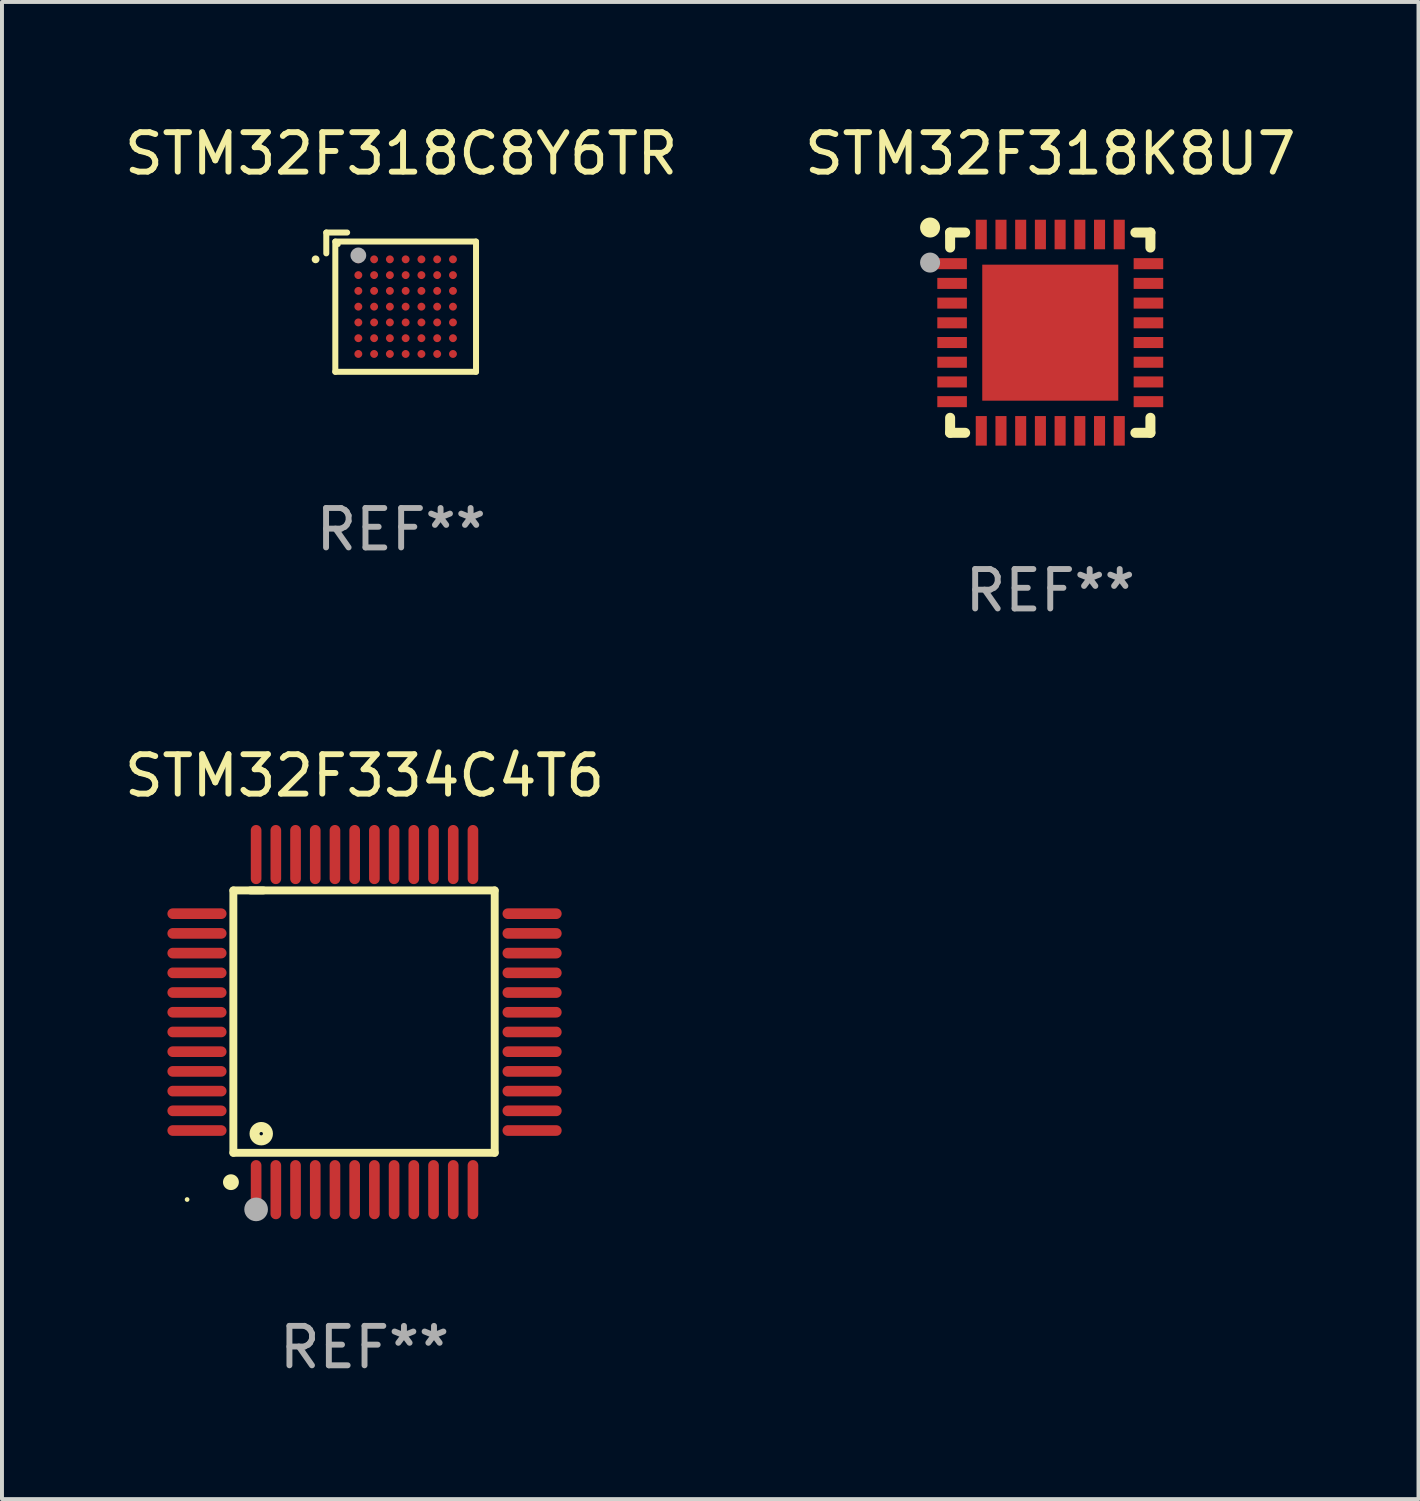
<source format=kicad_pcb>
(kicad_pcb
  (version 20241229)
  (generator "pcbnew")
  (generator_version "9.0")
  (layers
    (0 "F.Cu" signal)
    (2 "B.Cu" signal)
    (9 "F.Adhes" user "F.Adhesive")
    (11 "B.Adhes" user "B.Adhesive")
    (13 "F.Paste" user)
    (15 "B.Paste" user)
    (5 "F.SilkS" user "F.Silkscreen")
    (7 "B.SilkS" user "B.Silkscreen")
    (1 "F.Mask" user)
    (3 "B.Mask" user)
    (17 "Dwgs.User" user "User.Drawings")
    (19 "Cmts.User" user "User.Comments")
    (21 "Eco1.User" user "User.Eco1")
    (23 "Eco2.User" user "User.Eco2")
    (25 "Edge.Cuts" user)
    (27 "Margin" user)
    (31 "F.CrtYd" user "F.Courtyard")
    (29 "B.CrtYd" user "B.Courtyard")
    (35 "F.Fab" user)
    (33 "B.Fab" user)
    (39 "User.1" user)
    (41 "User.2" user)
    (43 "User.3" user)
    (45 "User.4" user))
  (footprint "STM32F318C8Y6TR"
    (layer "F.Cu")
    (at 7.125 4.614)
    (property "Reference" "STM32F318C8Y6TR" (at 0 -3.766 0) (layer "F.SilkS") (effects (font (size 1 1) (thickness 0.15))))
    (attr through_hole)
    (fp_line (start -1.899 -1.766) (end -1.37 -1.766) (stroke (width 0.152) (type solid)) (layer "F.SilkS"))
    (fp_line (start -1.899 -1.237) (end -1.899 -1.766) (stroke (width 0.152) (type solid)) (layer "F.SilkS"))
    (fp_line (start -1.67 -1.537) (end 1.899 -1.537) (stroke (width 0.152) (type solid)) (layer "F.SilkS"))
    (fp_line (start -1.67 1.766) (end -1.67 -1.537) (stroke (width 0.152) (type solid)) (layer "F.SilkS"))
    (fp_line (start 1.899 -1.537) (end 1.899 1.766) (stroke (width 0.152) (type solid)) (layer "F.SilkS"))
    (fp_line (start 1.899 1.766) (end -1.67 1.766) (stroke (width 0.152) (type solid)) (layer "F.SilkS"))
    (fp_circle (center -2.17 -1.086) (end -2.12 -1.086) (stroke (width 0.1) (type solid)) (fill no) (layer "F.SilkS"))
    (fp_circle (center -1.594 -1.461) (end -1.564 -1.461) (stroke (width 0.06) (type solid)) (fill no) (layer "F.SilkS"))
    (fp_circle (center -1.086 -1.186) (end -0.986 -1.186) (stroke (width 0.2) (type solid)) (fill no) (layer "F.Fab"))
    (fp_text user "REF**" (at 0 5.766 0) (layer "F.Fab") (effects (font (size 1 1) (thickness 0.15))))
    (pad "A1" smd circle (at -1.086 -1.086) (size 0.2 0.2) (layers "F.Cu" "F.Mask" "F.Paste"))
    (pad "A2" smd circle (at -0.686 -1.086) (size 0.2 0.2) (layers "F.Cu" "F.Mask" "F.Paste"))
    (pad "A3" smd circle (at -0.286 -1.086) (size 0.2 0.2) (layers "F.Cu" "F.Mask" "F.Paste"))
    (pad "A4" smd circle (at 0.114 -1.086) (size 0.2 0.2) (layers "F.Cu" "F.Mask" "F.Paste"))
    (pad "A5" smd circle (at 0.514 -1.086) (size 0.2 0.2) (layers "F.Cu" "F.Mask" "F.Paste"))
    (pad "A6" smd circle (at 0.914 -1.086) (size 0.2 0.2) (layers "F.Cu" "F.Mask" "F.Paste"))
    (pad "A7" smd circle (at 1.314 -1.086) (size 0.2 0.2) (layers "F.Cu" "F.Mask" "F.Paste"))
    (pad "B1" smd circle (at -1.086 -0.686) (size 0.2 0.2) (layers "F.Cu" "F.Mask" "F.Paste"))
    (pad "B2" smd circle (at -0.686 -0.686) (size 0.2 0.2) (layers "F.Cu" "F.Mask" "F.Paste"))
    (pad "B3" smd circle (at -0.286 -0.686) (size 0.2 0.2) (layers "F.Cu" "F.Mask" "F.Paste"))
    (pad "B4" smd circle (at 0.114 -0.686) (size 0.2 0.2) (layers "F.Cu" "F.Mask" "F.Paste"))
    (pad "B5" smd circle (at 0.514 -0.686) (size 0.2 0.2) (layers "F.Cu" "F.Mask" "F.Paste"))
    (pad "B6" smd circle (at 0.914 -0.686) (size 0.2 0.2) (layers "F.Cu" "F.Mask" "F.Paste"))
    (pad "B7" smd circle (at 1.314 -0.686) (size 0.2 0.2) (layers "F.Cu" "F.Mask" "F.Paste"))
    (pad "C1" smd circle (at -1.086 -0.286) (size 0.2 0.2) (layers "F.Cu" "F.Mask" "F.Paste"))
    (pad "C2" smd circle (at -0.686 -0.286) (size 0.2 0.2) (layers "F.Cu" "F.Mask" "F.Paste"))
    (pad "C3" smd circle (at -0.286 -0.286) (size 0.2 0.2) (layers "F.Cu" "F.Mask" "F.Paste"))
    (pad "C4" smd circle (at 0.114 -0.286) (size 0.2 0.2) (layers "F.Cu" "F.Mask" "F.Paste"))
    (pad "C5" smd circle (at 0.514 -0.286) (size 0.2 0.2) (layers "F.Cu" "F.Mask" "F.Paste"))
    (pad "C6" smd circle (at 0.914 -0.286) (size 0.2 0.2) (layers "F.Cu" "F.Mask" "F.Paste"))
    (pad "C7" smd circle (at 1.314 -0.286) (size 0.2 0.2) (layers "F.Cu" "F.Mask" "F.Paste"))
    (pad "D1" smd circle (at -1.086 0.114) (size 0.2 0.2) (layers "F.Cu" "F.Mask" "F.Paste"))
    (pad "D2" smd circle (at -0.686 0.114) (size 0.2 0.2) (layers "F.Cu" "F.Mask" "F.Paste"))
    (pad "D3" smd circle (at -0.286 0.114) (size 0.2 0.2) (layers "F.Cu" "F.Mask" "F.Paste"))
    (pad "D4" smd circle (at 0.114 0.114) (size 0.2 0.2) (layers "F.Cu" "F.Mask" "F.Paste"))
    (pad "D5" smd circle (at 0.514 0.114) (size 0.2 0.2) (layers "F.Cu" "F.Mask" "F.Paste"))
    (pad "D6" smd circle (at 0.914 0.114) (size 0.2 0.2) (layers "F.Cu" "F.Mask" "F.Paste"))
    (pad "D7" smd circle (at 1.314 0.114) (size 0.2 0.2) (layers "F.Cu" "F.Mask" "F.Paste"))
    (pad "E1" smd circle (at -1.086 0.514) (size 0.2 0.2) (layers "F.Cu" "F.Mask" "F.Paste"))
    (pad "E2" smd circle (at -0.686 0.514) (size 0.2 0.2) (layers "F.Cu" "F.Mask" "F.Paste"))
    (pad "E3" smd circle (at -0.286 0.514) (size 0.2 0.2) (layers "F.Cu" "F.Mask" "F.Paste"))
    (pad "E4" smd circle (at 0.114 0.514) (size 0.2 0.2) (layers "F.Cu" "F.Mask" "F.Paste"))
    (pad "E5" smd circle (at 0.514 0.514) (size 0.2 0.2) (layers "F.Cu" "F.Mask" "F.Paste"))
    (pad "E6" smd circle (at 0.914 0.514) (size 0.2 0.2) (layers "F.Cu" "F.Mask" "F.Paste"))
    (pad "E7" smd circle (at 1.314 0.514) (size 0.2 0.2) (layers "F.Cu" "F.Mask" "F.Paste"))
    (pad "F1" smd circle (at -1.086 0.914) (size 0.2 0.2) (layers "F.Cu" "F.Mask" "F.Paste"))
    (pad "F2" smd circle (at -0.686 0.914) (size 0.2 0.2) (layers "F.Cu" "F.Mask" "F.Paste"))
    (pad "F3" smd circle (at -0.286 0.914) (size 0.2 0.2) (layers "F.Cu" "F.Mask" "F.Paste"))
    (pad "F4" smd circle (at 0.114 0.914) (size 0.2 0.2) (layers "F.Cu" "F.Mask" "F.Paste"))
    (pad "F5" smd circle (at 0.514 0.914) (size 0.2 0.2) (layers "F.Cu" "F.Mask" "F.Paste"))
    (pad "F6" smd circle (at 0.914 0.914) (size 0.2 0.2) (layers "F.Cu" "F.Mask" "F.Paste"))
    (pad "F7" smd circle (at 1.314 0.914) (size 0.2 0.2) (layers "F.Cu" "F.Mask" "F.Paste"))
    (pad "G1" smd circle (at -1.086 1.314) (size 0.2 0.2) (layers "F.Cu" "F.Mask" "F.Paste"))
    (pad "G2" smd circle (at -0.686 1.314) (size 0.2 0.2) (layers "F.Cu" "F.Mask" "F.Paste"))
    (pad "G3" smd circle (at -0.286 1.314) (size 0.2 0.2) (layers "F.Cu" "F.Mask" "F.Paste"))
    (pad "G4" smd circle (at 0.114 1.314) (size 0.2 0.2) (layers "F.Cu" "F.Mask" "F.Paste"))
    (pad "G5" smd circle (at 0.514 1.314) (size 0.2 0.2) (layers "F.Cu" "F.Mask" "F.Paste"))
    (pad "G6" smd circle (at 0.914 1.314) (size 0.2 0.2) (layers "F.Cu" "F.Mask" "F.Paste"))
    (pad "G7" smd circle (at 1.314 1.314) (size 0.2 0.2) (layers "F.Cu" "F.Mask" "F.Paste")))
  (footprint "STM32F334C4T6"
    (layer "F.Cu")
    (at 6.196 22.875)
    (property "Reference" "STM32F334C4T6" (at 0 -6.25 0) (layer "F.SilkS") (effects (font (size 1 1) (thickness 0.15))))
    (attr through_hole)
    (fp_line (start -3.327 -3.34) (end -2.565 -3.34) (stroke (width 0.2) (type solid)) (layer "F.SilkS"))
    (fp_line (start -3.327 3.315) (end -3.327 -3.34) (stroke (width 0.2) (type solid)) (layer "F.SilkS"))
    (fp_line (start -2.896 -3.34) (end 3.302 -3.34) (stroke (width 0.2) (type solid)) (layer "F.SilkS"))
    (fp_line (start 3.302 -3.34) (end 3.302 3.315) (stroke (width 0.2) (type solid)) (layer "F.SilkS"))
    (fp_line (start 3.302 3.315) (end -3.327 3.315) (stroke (width 0.2) (type solid)) (layer "F.SilkS"))
    (fp_arc (start -3.389992 4.059995) (mid -3.388722 4.059991) (end -3.387452 4.059995) (stroke (width 0.4) (type solid)) (layer "F.SilkS"))
    (fp_circle (center -4.5 4.5) (end -4.47 4.5) (stroke (width 0.06) (type solid)) (fill no) (layer "F.SilkS"))
    (fp_circle (center -2.62 2.83) (end -2.45 2.83) (stroke (width 0.254) (type solid)) (fill no) (layer "F.SilkS"))
    (fp_circle (center -2.75 4.75) (end -2.6 4.75) (stroke (width 0.3) (type solid)) (fill no) (layer "F.Fab"))
    (fp_text user "REF**" (at 0 8.25 0) (layer "F.Fab") (effects (font (size 1 1) (thickness 0.15))))
    (pad "1" smd oval (at -2.75 4.25) (size 0.27 1.5) (layers "F.Cu" "F.Mask" "F.Paste"))
    (pad "2" smd oval (at -2.25 4.25) (size 0.27 1.5) (layers "F.Cu" "F.Mask" "F.Paste"))
    (pad "3" smd oval (at -1.75 4.25) (size 0.27 1.5) (layers "F.Cu" "F.Mask" "F.Paste"))
    (pad "4" smd oval (at -1.25 4.25) (size 0.27 1.5) (layers "F.Cu" "F.Mask" "F.Paste"))
    (pad "5" smd oval (at -0.75 4.25) (size 0.27 1.5) (layers "F.Cu" "F.Mask" "F.Paste"))
    (pad "6" smd oval (at -0.25 4.25) (size 0.27 1.5) (layers "F.Cu" "F.Mask" "F.Paste"))
    (pad "7" smd oval (at 0.25 4.25) (size 0.27 1.5) (layers "F.Cu" "F.Mask" "F.Paste"))
    (pad "8" smd oval (at 0.75 4.25) (size 0.27 1.5) (layers "F.Cu" "F.Mask" "F.Paste"))
    (pad "9" smd oval (at 1.25 4.25) (size 0.27 1.5) (layers "F.Cu" "F.Mask" "F.Paste"))
    (pad "10" smd oval (at 1.75 4.25) (size 0.27 1.5) (layers "F.Cu" "F.Mask" "F.Paste"))
    (pad "11" smd oval (at 2.25 4.25) (size 0.27 1.5) (layers "F.Cu" "F.Mask" "F.Paste"))
    (pad "12" smd oval (at 2.75 4.25) (size 0.27 1.5) (layers "F.Cu" "F.Mask" "F.Paste"))
    (pad "13" smd oval (at 4.25 2.75) (size 1.5 0.27) (layers "F.Cu" "F.Mask" "F.Paste"))
    (pad "14" smd oval (at 4.25 2.25) (size 1.5 0.27) (layers "F.Cu" "F.Mask" "F.Paste"))
    (pad "15" smd oval (at 4.25 1.75) (size 1.5 0.27) (layers "F.Cu" "F.Mask" "F.Paste"))
    (pad "16" smd oval (at 4.25 1.25) (size 1.5 0.27) (layers "F.Cu" "F.Mask" "F.Paste"))
    (pad "17" smd oval (at 4.25 0.75) (size 1.5 0.27) (layers "F.Cu" "F.Mask" "F.Paste"))
    (pad "18" smd oval (at 4.25 0.25) (size 1.5 0.27) (layers "F.Cu" "F.Mask" "F.Paste"))
    (pad "19" smd oval (at 4.25 -0.25) (size 1.5 0.27) (layers "F.Cu" "F.Mask" "F.Paste"))
    (pad "20" smd oval (at 4.25 -0.75) (size 1.5 0.27) (layers "F.Cu" "F.Mask" "F.Paste"))
    (pad "21" smd oval (at 4.25 -1.25) (size 1.5 0.27) (layers "F.Cu" "F.Mask" "F.Paste"))
    (pad "22" smd oval (at 4.25 -1.75) (size 1.5 0.27) (layers "F.Cu" "F.Mask" "F.Paste"))
    (pad "23" smd oval (at 4.25 -2.25) (size 1.5 0.27) (layers "F.Cu" "F.Mask" "F.Paste"))
    (pad "24" smd oval (at 4.25 -2.75) (size 1.5 0.27) (layers "F.Cu" "F.Mask" "F.Paste"))
    (pad "25" smd oval (at 2.75 -4.25) (size 0.27 1.5) (layers "F.Cu" "F.Mask" "F.Paste"))
    (pad "26" smd oval (at 2.25 -4.25) (size 0.27 1.5) (layers "F.Cu" "F.Mask" "F.Paste"))
    (pad "27" smd oval (at 1.75 -4.25) (size 0.27 1.5) (layers "F.Cu" "F.Mask" "F.Paste"))
    (pad "28" smd oval (at 1.25 -4.25) (size 0.27 1.5) (layers "F.Cu" "F.Mask" "F.Paste"))
    (pad "29" smd oval (at 0.75 -4.25) (size 0.27 1.5) (layers "F.Cu" "F.Mask" "F.Paste"))
    (pad "30" smd oval (at 0.25 -4.25) (size 0.27 1.5) (layers "F.Cu" "F.Mask" "F.Paste"))
    (pad "31" smd oval (at -0.25 -4.25) (size 0.27 1.5) (layers "F.Cu" "F.Mask" "F.Paste"))
    (pad "32" smd oval (at -0.75 -4.25) (size 0.27 1.5) (layers "F.Cu" "F.Mask" "F.Paste"))
    (pad "33" smd oval (at -1.25 -4.25) (size 0.27 1.5) (layers "F.Cu" "F.Mask" "F.Paste"))
    (pad "34" smd oval (at -1.75 -4.25) (size 0.27 1.5) (layers "F.Cu" "F.Mask" "F.Paste"))
    (pad "35" smd oval (at -2.25 -4.25) (size 0.27 1.5) (layers "F.Cu" "F.Mask" "F.Paste"))
    (pad "36" smd oval (at -2.75 -4.25) (size 0.27 1.5) (layers "F.Cu" "F.Mask" "F.Paste"))
    (pad "37" smd oval (at -4.25 -2.75) (size 1.5 0.27) (layers "F.Cu" "F.Mask" "F.Paste"))
    (pad "38" smd oval (at -4.25 -2.25) (size 1.5 0.27) (layers "F.Cu" "F.Mask" "F.Paste"))
    (pad "39" smd oval (at -4.25 -1.75) (size 1.5 0.27) (layers "F.Cu" "F.Mask" "F.Paste"))
    (pad "40" smd oval (at -4.25 -1.25) (size 1.5 0.27) (layers "F.Cu" "F.Mask" "F.Paste"))
    (pad "41" smd oval (at -4.25 -0.75) (size 1.5 0.27) (layers "F.Cu" "F.Mask" "F.Paste"))
    (pad "42" smd oval (at -4.25 -0.25) (size 1.5 0.27) (layers "F.Cu" "F.Mask" "F.Paste"))
    (pad "43" smd oval (at -4.25 0.25) (size 1.5 0.27) (layers "F.Cu" "F.Mask" "F.Paste"))
    (pad "44" smd oval (at -4.25 0.75) (size 1.5 0.27) (layers "F.Cu" "F.Mask" "F.Paste"))
    (pad "45" smd oval (at -4.25 1.25) (size 1.5 0.27) (layers "F.Cu" "F.Mask" "F.Paste"))
    (pad "46" smd oval (at -4.25 1.75) (size 1.5 0.27) (layers "F.Cu" "F.Mask" "F.Paste"))
    (pad "47" smd oval (at -4.25 2.25) (size 1.5 0.27) (layers "F.Cu" "F.Mask" "F.Paste"))
    (pad "48" smd oval (at -4.25 2.75) (size 1.5 0.27) (layers "F.Cu" "F.Mask" "F.Paste")))
  (footprint "STM32F318K8U7"
    (layer "F.Cu")
    (at 23.589 5.388)
    (property "Reference" "STM32F318K8U7" (at 0 -4.54 0) (layer "F.SilkS") (effects (font (size 1 1) (thickness 0.15))))
    (attr through_hole)
    (fp_line (start -2.54 -2.54) (end -2.159 -2.54) (stroke (width 0.254) (type solid)) (layer "F.SilkS"))
    (fp_line (start -2.54 -2.159) (end -2.54 -2.54) (stroke (width 0.254) (type solid)) (layer "F.SilkS"))
    (fp_line (start -2.54 2.54) (end -2.54 2.159) (stroke (width 0.254) (type solid)) (layer "F.SilkS"))
    (fp_line (start -2.159 2.54) (end -2.54 2.54) (stroke (width 0.254) (type solid)) (layer "F.SilkS"))
    (fp_line (start 2.159 -2.54) (end 2.54 -2.54) (stroke (width 0.254) (type solid)) (layer "F.SilkS"))
    (fp_line (start 2.54 -2.54) (end 2.54 -2.159) (stroke (width 0.254) (type solid)) (layer "F.SilkS"))
    (fp_line (start 2.54 2.159) (end 2.54 2.54) (stroke (width 0.254) (type solid)) (layer "F.SilkS"))
    (fp_line (start 2.54 2.54) (end 2.159 2.54) (stroke (width 0.254) (type solid)) (layer "F.SilkS"))
    (fp_circle (center -3.048 -2.667) (end -2.921 -2.667) (stroke (width 0.254) (type solid)) (fill no) (layer "F.SilkS"))
    (fp_circle (center -2.5 -2.5) (end -2.47 -2.5) (stroke (width 0.06) (type solid)) (fill no) (layer "F.SilkS"))
    (fp_circle (center -3.048 -1.778) (end -2.921 -1.778) (stroke (width 0.254) (type solid)) (fill no) (layer "F.Fab"))
    (fp_text user "REF**" (at 0 6.54 0) (layer "F.Fab") (effects (font (size 1 1) (thickness 0.15))))
    (pad "1" smd rect (at -2.49 -1.75) (size 0.75 0.28) (layers "F.Cu" "F.Mask" "F.Paste"))
    (pad "2" smd rect (at -2.49 -1.25) (size 0.75 0.28) (layers "F.Cu" "F.Mask" "F.Paste"))
    (pad "3" smd rect (at -2.49 -0.75) (size 0.75 0.28) (layers "F.Cu" "F.Mask" "F.Paste"))
    (pad "4" smd rect (at -2.49 -0.25) (size 0.75 0.28) (layers "F.Cu" "F.Mask" "F.Paste"))
    (pad "5" smd rect (at -2.49 0.25) (size 0.75 0.28) (layers "F.Cu" "F.Mask" "F.Paste"))
    (pad "6" smd rect (at -2.49 0.75) (size 0.75 0.28) (layers "F.Cu" "F.Mask" "F.Paste"))
    (pad "7" smd rect (at -2.49 1.25) (size 0.75 0.28) (layers "F.Cu" "F.Mask" "F.Paste"))
    (pad "8" smd rect (at -2.49 1.75) (size 0.75 0.28) (layers "F.Cu" "F.Mask" "F.Paste"))
    (pad "9" smd rect (at -1.75 2.49) (size 0.28 0.75) (layers "F.Cu" "F.Mask" "F.Paste"))
    (pad "10" smd rect (at -1.25 2.49) (size 0.28 0.75) (layers "F.Cu" "F.Mask" "F.Paste"))
    (pad "11" smd rect (at -0.75 2.49) (size 0.28 0.75) (layers "F.Cu" "F.Mask" "F.Paste"))
    (pad "12" smd rect (at -0.25 2.49) (size 0.28 0.75) (layers "F.Cu" "F.Mask" "F.Paste"))
    (pad "13" smd rect (at 0.25 2.49) (size 0.28 0.75) (layers "F.Cu" "F.Mask" "F.Paste"))
    (pad "14" smd rect (at 0.75 2.49) (size 0.28 0.75) (layers "F.Cu" "F.Mask" "F.Paste"))
    (pad "15" smd rect (at 1.25 2.49) (size 0.28 0.75) (layers "F.Cu" "F.Mask" "F.Paste"))
    (pad "16" smd rect (at 1.75 2.49) (size 0.28 0.75) (layers "F.Cu" "F.Mask" "F.Paste"))
    (pad "17" smd rect (at 2.49 1.75) (size 0.75 0.28) (layers "F.Cu" "F.Mask" "F.Paste"))
    (pad "18" smd rect (at 2.49 1.25) (size 0.75 0.28) (layers "F.Cu" "F.Mask" "F.Paste"))
    (pad "19" smd rect (at 2.49 0.75) (size 0.75 0.28) (layers "F.Cu" "F.Mask" "F.Paste"))
    (pad "20" smd rect (at 2.49 0.25) (size 0.75 0.28) (layers "F.Cu" "F.Mask" "F.Paste"))
    (pad "21" smd rect (at 2.49 -0.25) (size 0.75 0.28) (layers "F.Cu" "F.Mask" "F.Paste"))
    (pad "22" smd rect (at 2.49 -0.75) (size 0.75 0.28) (layers "F.Cu" "F.Mask" "F.Paste"))
    (pad "23" smd rect (at 2.49 -1.25) (size 0.75 0.28) (layers "F.Cu" "F.Mask" "F.Paste"))
    (pad "24" smd rect (at 2.49 -1.75) (size 0.75 0.28) (layers "F.Cu" "F.Mask" "F.Paste"))
    (pad "25" smd rect (at 1.75 -2.49) (size 0.28 0.75) (layers "F.Cu" "F.Mask" "F.Paste"))
    (pad "26" smd rect (at 1.25 -2.49) (size 0.28 0.75) (layers "F.Cu" "F.Mask" "F.Paste"))
    (pad "27" smd rect (at 0.75 -2.49) (size 0.28 0.75) (layers "F.Cu" "F.Mask" "F.Paste"))
    (pad "28" smd rect (at 0.25 -2.49) (size 0.28 0.75) (layers "F.Cu" "F.Mask" "F.Paste"))
    (pad "29" smd rect (at -0.25 -2.49) (size 0.28 0.75) (layers "F.Cu" "F.Mask" "F.Paste"))
    (pad "30" smd rect (at -0.75 -2.49) (size 0.28 0.75) (layers "F.Cu" "F.Mask" "F.Paste"))
    (pad "31" smd rect (at -1.25 -2.49) (size 0.28 0.75) (layers "F.Cu" "F.Mask" "F.Paste"))
    (pad "32" smd rect (at -1.75 -2.49) (size 0.28 0.75) (layers "F.Cu" "F.Mask" "F.Paste"))
    (pad "33" smd rect (at 0 0) (size 3.45 3.45) (layers "F.Cu" "F.Mask" "F.Paste")))
  (gr_rect
    (start -3 -3)
    (end 32.929 34.973)
    (stroke (width 0.1) (type default))
    (fill no)
    (layer "Edge.Cuts")))
</source>
